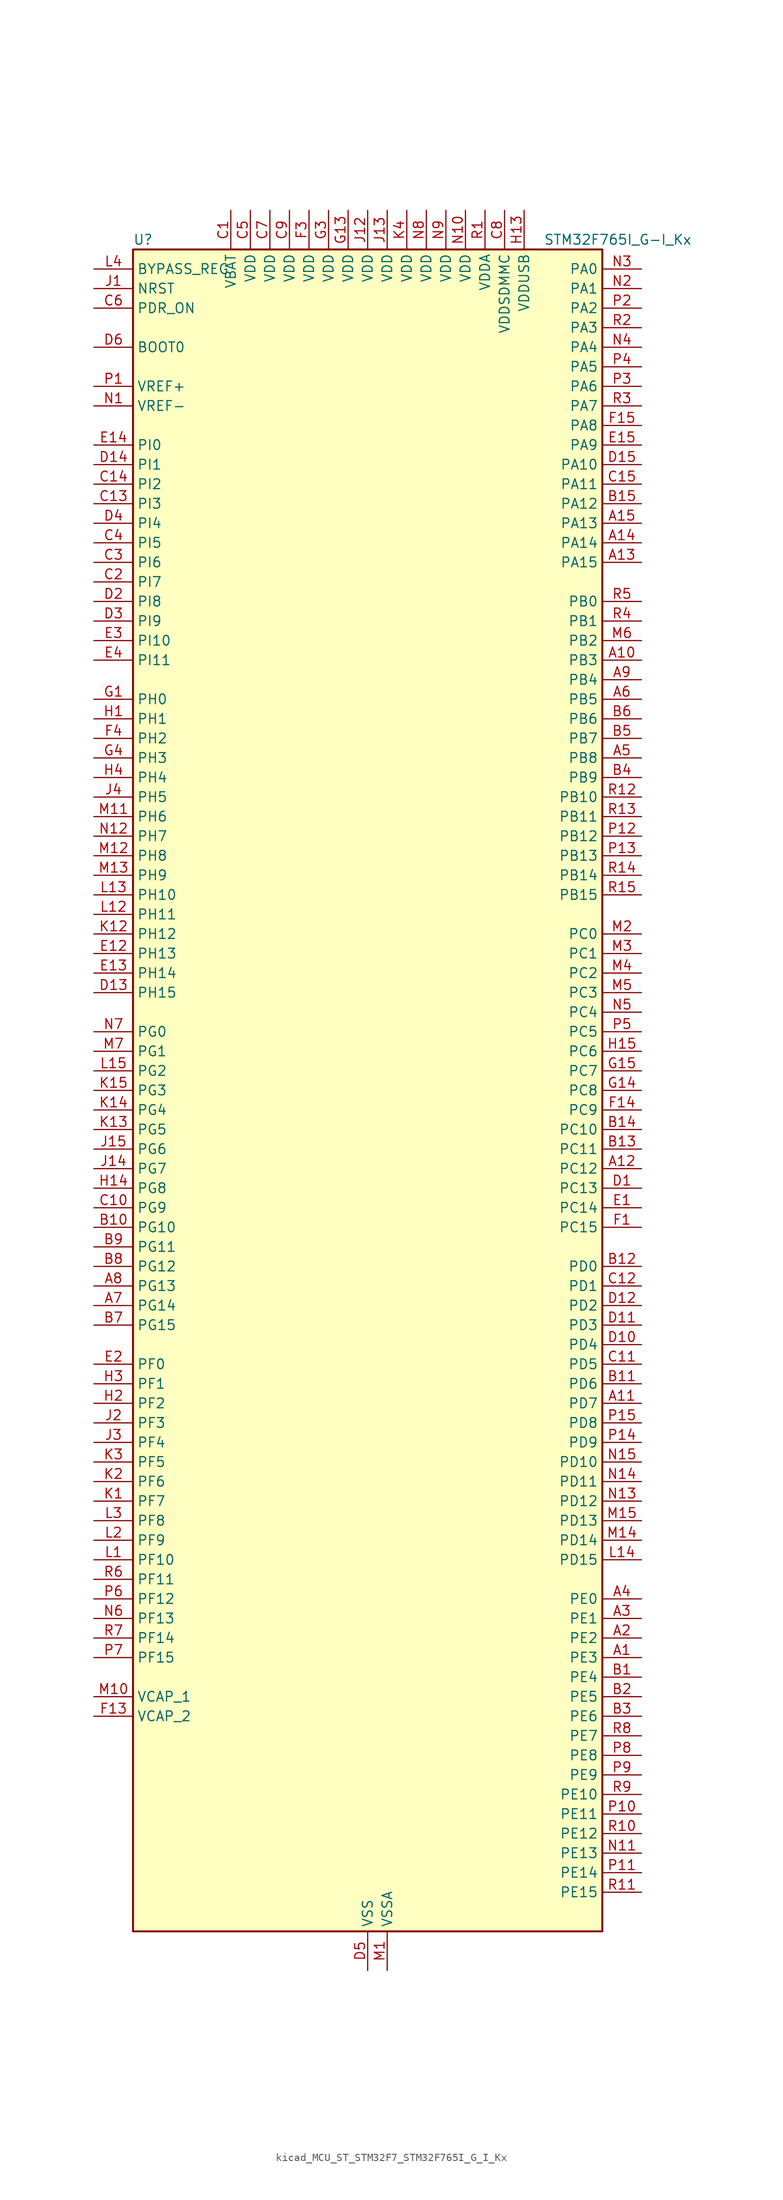
<source format=kicad_sym>
(kicad_symbol_lib
  (version 20220914)
  (generator kicad_symbol_editor)
  (symbol "kicad_MCU_ST_STM32F7_STM32F765I_G_I_Kx"
    (property "Reference" "U"
      (at -30.48 110.49 0)
      (effects (font (size 1.27 1.27)) (justify left)))
    (property "Value" "STM32F765I_G-I_Kx"
      (at 22.86 110.49 0)
      (effects (font (size 1.27 1.27)) (justify left)))
    (property "ki_locked" ""
      (at 0 0 0)
      (effects (font (size 1.27 1.27))))
    (symbol "kicad_MCU_ST_STM32F7_STM32F765I_G_I_Kx_0_1"
      (rectangle (start -30.48 -109.22) (end 30.48 109.22) (stroke (width 0.254) (type default)) (fill (type background))))
    (symbol "kicad_MCU_ST_STM32F7_STM32F765I_G_I_Kx_1_1"
      (pin bidirectional line (at 35.56 -73.66 180) (length 5.08) (name "PE3" (effects (font (size 1.27 1.27)))) (number "A1" (effects (font (size 1.27 1.27)))) (alternate "FMC_A19" bidirectional line) (alternate "SAI1_SD_B" bidirectional line) (alternate "SYS_TRACED0" bidirectional line))
      (pin bidirectional line (at 35.56 55.88 180) (length 5.08) (name "PB3" (effects (font (size 1.27 1.27)))) (number "A10" (effects (font (size 1.27 1.27)))) (alternate "CAN3_RX" bidirectional line) (alternate "I2S1_CK" bidirectional line) (alternate "I2S3_CK" bidirectional line) (alternate "SDMMC2_D2" bidirectional line) (alternate "SPI1_SCK" bidirectional line) (alternate "SPI3_SCK" bidirectional line) (alternate "SPI6_SCK" bidirectional line) (alternate "SYS_JTDO-SWO" bidirectional line) (alternate "TIM2_CH2" bidirectional line) (alternate "UART7_RX" bidirectional line))
      (pin bidirectional line (at 35.56 -40.64 180) (length 5.08) (name "PD7" (effects (font (size 1.27 1.27)))) (number "A11" (effects (font (size 1.27 1.27)))) (alternate "DFSDM1_CKIN1" bidirectional line) (alternate "DFSDM1_DATIN4" bidirectional line) (alternate "FMC_NE1" bidirectional line) (alternate "I2S1_SD" bidirectional line) (alternate "SDMMC2_CMD" bidirectional line) (alternate "SPDIFRX_IN0" bidirectional line) (alternate "SPI1_MOSI" bidirectional line) (alternate "USART2_CK" bidirectional line))
      (pin bidirectional line (at 35.56 -10.16 180) (length 5.08) (name "PC12" (effects (font (size 1.27 1.27)))) (number "A12" (effects (font (size 1.27 1.27)))) (alternate "DCMI_D9" bidirectional line) (alternate "I2S3_SD" bidirectional line) (alternate "SDMMC1_CK" bidirectional line) (alternate "SPI3_MOSI" bidirectional line) (alternate "SYS_TRACED3" bidirectional line) (alternate "UART5_TX" bidirectional line) (alternate "USART3_CK" bidirectional line))
      (pin bidirectional line (at 35.56 68.58 180) (length 5.08) (name "PA15" (effects (font (size 1.27 1.27)))) (number "A13" (effects (font (size 1.27 1.27)))) (alternate "CAN3_TX" bidirectional line) (alternate "CEC" bidirectional line) (alternate "I2S1_WS" bidirectional line) (alternate "I2S3_WS" bidirectional line) (alternate "SPI1_NSS" bidirectional line) (alternate "SPI3_NSS" bidirectional line) (alternate "SPI6_NSS" bidirectional line) (alternate "SYS_JTDI" bidirectional line) (alternate "TIM2_CH1" bidirectional line) (alternate "TIM2_ETR" bidirectional line) (alternate "UART4_DE" bidirectional line) (alternate "UART4_RTS" bidirectional line) (alternate "UART7_TX" bidirectional line))
      (pin bidirectional line (at 35.56 71.12 180) (length 5.08) (name "PA14" (effects (font (size 1.27 1.27)))) (number "A14" (effects (font (size 1.27 1.27)))) (alternate "SYS_JTCK-SWCLK" bidirectional line))
      (pin bidirectional line (at 35.56 73.66 180) (length 5.08) (name "PA13" (effects (font (size 1.27 1.27)))) (number "A15" (effects (font (size 1.27 1.27)))) (alternate "SYS_JTMS-SWDIO" bidirectional line))
      (pin bidirectional line (at 35.56 -71.12 180) (length 5.08) (name "PE2" (effects (font (size 1.27 1.27)))) (number "A2" (effects (font (size 1.27 1.27)))) (alternate "ETH_TXD3" bidirectional line) (alternate "FMC_A23" bidirectional line) (alternate "QUADSPI_BK1_IO2" bidirectional line) (alternate "SAI1_MCLK_A" bidirectional line) (alternate "SPI4_SCK" bidirectional line) (alternate "SYS_TRACECLK" bidirectional line))
      (pin bidirectional line (at 35.56 -68.58 180) (length 5.08) (name "PE1" (effects (font (size 1.27 1.27)))) (number "A3" (effects (font (size 1.27 1.27)))) (alternate "DCMI_D3" bidirectional line) (alternate "FMC_NBL1" bidirectional line) (alternate "LPTIM1_IN2" bidirectional line) (alternate "UART8_TX" bidirectional line))
      (pin bidirectional line (at 35.56 -66.04 180) (length 5.08) (name "PE0" (effects (font (size 1.27 1.27)))) (number "A4" (effects (font (size 1.27 1.27)))) (alternate "DCMI_D2" bidirectional line) (alternate "FMC_NBL0" bidirectional line) (alternate "LPTIM1_ETR" bidirectional line) (alternate "SAI2_MCLK_A" bidirectional line) (alternate "TIM4_ETR" bidirectional line) (alternate "UART8_RX" bidirectional line))
      (pin bidirectional line (at 35.56 43.18 180) (length 5.08) (name "PB8" (effects (font (size 1.27 1.27)))) (number "A5" (effects (font (size 1.27 1.27)))) (alternate "CAN1_RX" bidirectional line) (alternate "DCMI_D6" bidirectional line) (alternate "DFSDM1_CKIN7" bidirectional line) (alternate "ETH_TXD3" bidirectional line) (alternate "I2C1_SCL" bidirectional line) (alternate "I2C4_SCL" bidirectional line) (alternate "SDMMC1_D4" bidirectional line) (alternate "SDMMC2_D4" bidirectional line) (alternate "TIM10_CH1" bidirectional line) (alternate "TIM4_CH3" bidirectional line) (alternate "UART5_RX" bidirectional line))
      (pin bidirectional line (at 35.56 50.8 180) (length 5.08) (name "PB5" (effects (font (size 1.27 1.27)))) (number "A6" (effects (font (size 1.27 1.27)))) (alternate "CAN2_RX" bidirectional line) (alternate "DCMI_D10" bidirectional line) (alternate "ETH_PPS_OUT" bidirectional line) (alternate "FMC_SDCKE1" bidirectional line) (alternate "I2C1_SMBA" bidirectional line) (alternate "I2S1_SD" bidirectional line) (alternate "I2S3_SD" bidirectional line) (alternate "SPI1_MOSI" bidirectional line) (alternate "SPI3_MOSI" bidirectional line) (alternate "SPI6_MOSI" bidirectional line) (alternate "TIM3_CH2" bidirectional line) (alternate "UART5_RX" bidirectional line) (alternate "USB_OTG_HS_ULPI_D7" bidirectional line))
      (pin bidirectional line (at -35.56 -27.94 0) (length 5.08) (name "PG14" (effects (font (size 1.27 1.27)))) (number "A7" (effects (font (size 1.27 1.27)))) (alternate "ETH_TXD1" bidirectional line) (alternate "FMC_A25" bidirectional line) (alternate "LPTIM1_ETR" bidirectional line) (alternate "QUADSPI_BK2_IO3" bidirectional line) (alternate "SPI6_MOSI" bidirectional line) (alternate "SYS_TRACED1" bidirectional line) (alternate "USART6_TX" bidirectional line))
      (pin bidirectional line (at -35.56 -25.4 0) (length 5.08) (name "PG13" (effects (font (size 1.27 1.27)))) (number "A8" (effects (font (size 1.27 1.27)))) (alternate "ETH_TXD0" bidirectional line) (alternate "FMC_A24" bidirectional line) (alternate "LPTIM1_OUT" bidirectional line) (alternate "SPI6_SCK" bidirectional line) (alternate "SYS_TRACED0" bidirectional line) (alternate "USART6_CTS" bidirectional line))
      (pin bidirectional line (at 35.56 53.34 180) (length 5.08) (name "PB4" (effects (font (size 1.27 1.27)))) (number "A9" (effects (font (size 1.27 1.27)))) (alternate "CAN3_TX" bidirectional line) (alternate "I2S2_WS" bidirectional line) (alternate "SDMMC2_D3" bidirectional line) (alternate "SPI1_MISO" bidirectional line) (alternate "SPI2_NSS" bidirectional line) (alternate "SPI3_MISO" bidirectional line) (alternate "SPI6_MISO" bidirectional line) (alternate "SYS_JTRST" bidirectional line) (alternate "TIM3_CH1" bidirectional line) (alternate "UART7_TX" bidirectional line))
      (pin bidirectional line (at 35.56 -76.2 180) (length 5.08) (name "PE4" (effects (font (size 1.27 1.27)))) (number "B1" (effects (font (size 1.27 1.27)))) (alternate "DCMI_D4" bidirectional line) (alternate "DFSDM1_DATIN3" bidirectional line) (alternate "FMC_A20" bidirectional line) (alternate "SAI1_FS_A" bidirectional line) (alternate "SPI4_NSS" bidirectional line) (alternate "SYS_TRACED1" bidirectional line))
      (pin bidirectional line (at -35.56 -17.78 0) (length 5.08) (name "PG10" (effects (font (size 1.27 1.27)))) (number "B10" (effects (font (size 1.27 1.27)))) (alternate "DCMI_D2" bidirectional line) (alternate "FMC_NE3" bidirectional line) (alternate "I2S1_WS" bidirectional line) (alternate "SAI2_SD_B" bidirectional line) (alternate "SDMMC2_D1" bidirectional line) (alternate "SPI1_NSS" bidirectional line))
      (pin bidirectional line (at 35.56 -38.1 180) (length 5.08) (name "PD6" (effects (font (size 1.27 1.27)))) (number "B11" (effects (font (size 1.27 1.27)))) (alternate "DCMI_D10" bidirectional line) (alternate "DFSDM1_CKIN4" bidirectional line) (alternate "DFSDM1_DATIN1" bidirectional line) (alternate "FMC_NWAIT" bidirectional line) (alternate "I2S3_SD" bidirectional line) (alternate "SAI1_SD_A" bidirectional line) (alternate "SDMMC2_CK" bidirectional line) (alternate "SPI3_MOSI" bidirectional line) (alternate "USART2_RX" bidirectional line))
      (pin bidirectional line (at 35.56 -22.86 180) (length 5.08) (name "PD0" (effects (font (size 1.27 1.27)))) (number "B12" (effects (font (size 1.27 1.27)))) (alternate "CAN1_RX" bidirectional line) (alternate "DFSDM1_CKIN6" bidirectional line) (alternate "DFSDM1_DATIN7" bidirectional line) (alternate "FMC_D2" bidirectional line) (alternate "FMC_DA2" bidirectional line) (alternate "UART4_RX" bidirectional line))
      (pin bidirectional line (at 35.56 -7.62 180) (length 5.08) (name "PC11" (effects (font (size 1.27 1.27)))) (number "B13" (effects (font (size 1.27 1.27)))) (alternate "ADC1_EXTI11" bidirectional line) (alternate "ADC2_EXTI11" bidirectional line) (alternate "ADC3_EXTI11" bidirectional line) (alternate "DCMI_D4" bidirectional line) (alternate "DFSDM1_DATIN5" bidirectional line) (alternate "QUADSPI_BK2_NCS" bidirectional line) (alternate "SDMMC1_D3" bidirectional line) (alternate "SPI3_MISO" bidirectional line) (alternate "UART4_RX" bidirectional line) (alternate "USART3_RX" bidirectional line))
      (pin bidirectional line (at 35.56 -5.08 180) (length 5.08) (name "PC10" (effects (font (size 1.27 1.27)))) (number "B14" (effects (font (size 1.27 1.27)))) (alternate "DCMI_D8" bidirectional line) (alternate "DFSDM1_CKIN5" bidirectional line) (alternate "I2S3_CK" bidirectional line) (alternate "QUADSPI_BK1_IO1" bidirectional line) (alternate "SDMMC1_D2" bidirectional line) (alternate "SPI3_SCK" bidirectional line) (alternate "UART4_TX" bidirectional line) (alternate "USART3_TX" bidirectional line))
      (pin bidirectional line (at 35.56 76.2 180) (length 5.08) (name "PA12" (effects (font (size 1.27 1.27)))) (number "B15" (effects (font (size 1.27 1.27)))) (alternate "CAN1_TX" bidirectional line) (alternate "I2S2_CK" bidirectional line) (alternate "SAI2_FS_B" bidirectional line) (alternate "SPI2_SCK" bidirectional line) (alternate "TIM1_ETR" bidirectional line) (alternate "UART4_TX" bidirectional line) (alternate "USART1_DE" bidirectional line) (alternate "USART1_RTS" bidirectional line) (alternate "USB_OTG_FS_DP" bidirectional line))
      (pin bidirectional line (at 35.56 -78.74 180) (length 5.08) (name "PE5" (effects (font (size 1.27 1.27)))) (number "B2" (effects (font (size 1.27 1.27)))) (alternate "DCMI_D6" bidirectional line) (alternate "DFSDM1_CKIN3" bidirectional line) (alternate "FMC_A21" bidirectional line) (alternate "SAI1_SCK_A" bidirectional line) (alternate "SPI4_MISO" bidirectional line) (alternate "SYS_TRACED2" bidirectional line) (alternate "TIM9_CH1" bidirectional line))
      (pin bidirectional line (at 35.56 -81.28 180) (length 5.08) (name "PE6" (effects (font (size 1.27 1.27)))) (number "B3" (effects (font (size 1.27 1.27)))) (alternate "DCMI_D7" bidirectional line) (alternate "FMC_A22" bidirectional line) (alternate "SAI1_SD_A" bidirectional line) (alternate "SAI2_MCLK_B" bidirectional line) (alternate "SPI4_MOSI" bidirectional line) (alternate "SYS_TRACED3" bidirectional line) (alternate "TIM1_BKIN2" bidirectional line) (alternate "TIM9_CH2" bidirectional line))
      (pin bidirectional line (at 35.56 40.64 180) (length 5.08) (name "PB9" (effects (font (size 1.27 1.27)))) (number "B4" (effects (font (size 1.27 1.27)))) (alternate "CAN1_TX" bidirectional line) (alternate "DAC_EXTI9" bidirectional line) (alternate "DCMI_D7" bidirectional line) (alternate "DFSDM1_DATIN7" bidirectional line) (alternate "I2C1_SDA" bidirectional line) (alternate "I2C4_SDA" bidirectional line) (alternate "I2C4_SMBA" bidirectional line) (alternate "I2S2_WS" bidirectional line) (alternate "SDMMC1_D5" bidirectional line) (alternate "SDMMC2_D5" bidirectional line) (alternate "SPI2_NSS" bidirectional line) (alternate "TIM11_CH1" bidirectional line) (alternate "TIM4_CH4" bidirectional line) (alternate "UART5_TX" bidirectional line))
      (pin bidirectional line (at 35.56 45.72 180) (length 5.08) (name "PB7" (effects (font (size 1.27 1.27)))) (number "B5" (effects (font (size 1.27 1.27)))) (alternate "DCMI_VSYNC" bidirectional line) (alternate "DFSDM1_CKIN5" bidirectional line) (alternate "FMC_NL" bidirectional line) (alternate "I2C1_SDA" bidirectional line) (alternate "I2C4_SDA" bidirectional line) (alternate "TIM4_CH2" bidirectional line) (alternate "USART1_RX" bidirectional line))
      (pin bidirectional line (at 35.56 48.26 180) (length 5.08) (name "PB6" (effects (font (size 1.27 1.27)))) (number "B6" (effects (font (size 1.27 1.27)))) (alternate "CAN2_TX" bidirectional line) (alternate "CEC" bidirectional line) (alternate "DCMI_D5" bidirectional line) (alternate "DFSDM1_DATIN5" bidirectional line) (alternate "FMC_SDNE1" bidirectional line) (alternate "I2C1_SCL" bidirectional line) (alternate "I2C4_SCL" bidirectional line) (alternate "QUADSPI_BK1_NCS" bidirectional line) (alternate "TIM4_CH1" bidirectional line) (alternate "UART5_TX" bidirectional line) (alternate "USART1_TX" bidirectional line))
      (pin bidirectional line (at -35.56 -30.48 0) (length 5.08) (name "PG15" (effects (font (size 1.27 1.27)))) (number "B7" (effects (font (size 1.27 1.27)))) (alternate "DCMI_D13" bidirectional line) (alternate "FMC_SDNCAS" bidirectional line) (alternate "USART6_CTS" bidirectional line))
      (pin bidirectional line (at -35.56 -22.86 0) (length 5.08) (name "PG12" (effects (font (size 1.27 1.27)))) (number "B8" (effects (font (size 1.27 1.27)))) (alternate "FMC_NE4" bidirectional line) (alternate "LPTIM1_IN1" bidirectional line) (alternate "SDMMC2_D3" bidirectional line) (alternate "SPDIFRX_IN1" bidirectional line) (alternate "SPI6_MISO" bidirectional line) (alternate "USART6_DE" bidirectional line) (alternate "USART6_RTS" bidirectional line))
      (pin bidirectional line (at -35.56 -20.32 0) (length 5.08) (name "PG11" (effects (font (size 1.27 1.27)))) (number "B9" (effects (font (size 1.27 1.27)))) (alternate "ADC1_EXTI11" bidirectional line) (alternate "ADC2_EXTI11" bidirectional line) (alternate "ADC3_EXTI11" bidirectional line) (alternate "DCMI_D3" bidirectional line) (alternate "ETH_TX_EN" bidirectional line) (alternate "I2S1_CK" bidirectional line) (alternate "SDMMC2_D2" bidirectional line) (alternate "SPDIFRX_IN0" bidirectional line) (alternate "SPI1_SCK" bidirectional line))
      (pin power_in line (at -17.78 114.3 270) (length 5.08) (name "VBAT" (effects (font (size 1.27 1.27)))) (number "C1" (effects (font (size 1.27 1.27)))))
      (pin bidirectional line (at -35.56 -15.24 0) (length 5.08) (name "PG9" (effects (font (size 1.27 1.27)))) (number "C10" (effects (font (size 1.27 1.27)))) (alternate "DAC_EXTI9" bidirectional line) (alternate "DCMI_VSYNC" bidirectional line) (alternate "FMC_NCE" bidirectional line) (alternate "FMC_NE2" bidirectional line) (alternate "QUADSPI_BK2_IO2" bidirectional line) (alternate "SAI2_FS_B" bidirectional line) (alternate "SDMMC2_D0" bidirectional line) (alternate "SPDIFRX_IN3" bidirectional line) (alternate "SPI1_MISO" bidirectional line) (alternate "USART6_RX" bidirectional line))
      (pin bidirectional line (at 35.56 -35.56 180) (length 5.08) (name "PD5" (effects (font (size 1.27 1.27)))) (number "C11" (effects (font (size 1.27 1.27)))) (alternate "FMC_NWE" bidirectional line) (alternate "USART2_TX" bidirectional line))
      (pin bidirectional line (at 35.56 -25.4 180) (length 5.08) (name "PD1" (effects (font (size 1.27 1.27)))) (number "C12" (effects (font (size 1.27 1.27)))) (alternate "CAN1_TX" bidirectional line) (alternate "DFSDM1_CKIN7" bidirectional line) (alternate "DFSDM1_DATIN6" bidirectional line) (alternate "FMC_D3" bidirectional line) (alternate "FMC_DA3" bidirectional line) (alternate "UART4_TX" bidirectional line))
      (pin bidirectional line (at -35.56 76.2 0) (length 5.08) (name "PI3" (effects (font (size 1.27 1.27)))) (number "C13" (effects (font (size 1.27 1.27)))) (alternate "DCMI_D10" bidirectional line) (alternate "FMC_D27" bidirectional line) (alternate "I2S2_SD" bidirectional line) (alternate "SPI2_MOSI" bidirectional line) (alternate "TIM8_ETR" bidirectional line))
      (pin bidirectional line (at -35.56 78.74 0) (length 5.08) (name "PI2" (effects (font (size 1.27 1.27)))) (number "C14" (effects (font (size 1.27 1.27)))) (alternate "DCMI_D9" bidirectional line) (alternate "FMC_D26" bidirectional line) (alternate "SPI2_MISO" bidirectional line) (alternate "TIM8_CH4" bidirectional line))
      (pin bidirectional line (at 35.56 78.74 180) (length 5.08) (name "PA11" (effects (font (size 1.27 1.27)))) (number "C15" (effects (font (size 1.27 1.27)))) (alternate "ADC1_EXTI11" bidirectional line) (alternate "ADC2_EXTI11" bidirectional line) (alternate "ADC3_EXTI11" bidirectional line) (alternate "CAN1_RX" bidirectional line) (alternate "I2S2_WS" bidirectional line) (alternate "SPI2_NSS" bidirectional line) (alternate "TIM1_CH4" bidirectional line) (alternate "UART4_RX" bidirectional line) (alternate "USART1_CTS" bidirectional line) (alternate "USB_OTG_FS_DM" bidirectional line))
      (pin bidirectional line (at -35.56 66.04 0) (length 5.08) (name "PI7" (effects (font (size 1.27 1.27)))) (number "C2" (effects (font (size 1.27 1.27)))) (alternate "DCMI_D7" bidirectional line) (alternate "FMC_D29" bidirectional line) (alternate "SAI2_FS_A" bidirectional line) (alternate "TIM8_CH3" bidirectional line))
      (pin bidirectional line (at -35.56 68.58 0) (length 5.08) (name "PI6" (effects (font (size 1.27 1.27)))) (number "C3" (effects (font (size 1.27 1.27)))) (alternate "DCMI_D6" bidirectional line) (alternate "FMC_D28" bidirectional line) (alternate "SAI2_SD_A" bidirectional line) (alternate "TIM8_CH2" bidirectional line))
      (pin bidirectional line (at -35.56 71.12 0) (length 5.08) (name "PI5" (effects (font (size 1.27 1.27)))) (number "C4" (effects (font (size 1.27 1.27)))) (alternate "DCMI_VSYNC" bidirectional line) (alternate "FMC_NBL3" bidirectional line) (alternate "SAI2_SCK_A" bidirectional line) (alternate "TIM8_CH1" bidirectional line))
      (pin power_in line (at -15.24 114.3 270) (length 5.08) (name "VDD" (effects (font (size 1.27 1.27)))) (number "C5" (effects (font (size 1.27 1.27)))))
      (pin input line (at -35.56 101.6 0) (length 5.08) (name "PDR_ON" (effects (font (size 1.27 1.27)))) (number "C6" (effects (font (size 1.27 1.27)))))
      (pin power_in line (at -12.7 114.3 270) (length 5.08) (name "VDD" (effects (font (size 1.27 1.27)))) (number "C7" (effects (font (size 1.27 1.27)))))
      (pin power_in line (at 17.78 114.3 270) (length 5.08) (name "VDDSDMMC" (effects (font (size 1.27 1.27)))) (number "C8" (effects (font (size 1.27 1.27)))))
      (pin power_in line (at -10.16 114.3 270) (length 5.08) (name "VDD" (effects (font (size 1.27 1.27)))) (number "C9" (effects (font (size 1.27 1.27)))))
      (pin bidirectional line (at 35.56 -12.7 180) (length 5.08) (name "PC13" (effects (font (size 1.27 1.27)))) (number "D1" (effects (font (size 1.27 1.27)))) (alternate "RTC_OUT" bidirectional line) (alternate "RTC_TAMP1" bidirectional line) (alternate "RTC_TS" bidirectional line) (alternate "SYS_WKUP4" bidirectional line))
      (pin bidirectional line (at 35.56 -33.02 180) (length 5.08) (name "PD4" (effects (font (size 1.27 1.27)))) (number "D10" (effects (font (size 1.27 1.27)))) (alternate "DFSDM1_CKIN0" bidirectional line) (alternate "FMC_NOE" bidirectional line) (alternate "USART2_DE" bidirectional line) (alternate "USART2_RTS" bidirectional line))
      (pin bidirectional line (at 35.56 -30.48 180) (length 5.08) (name "PD3" (effects (font (size 1.27 1.27)))) (number "D11" (effects (font (size 1.27 1.27)))) (alternate "DCMI_D5" bidirectional line) (alternate "DFSDM1_CKOUT" bidirectional line) (alternate "DFSDM1_DATIN0" bidirectional line) (alternate "FMC_CLK" bidirectional line) (alternate "I2S2_CK" bidirectional line) (alternate "SPI2_SCK" bidirectional line) (alternate "USART2_CTS" bidirectional line))
      (pin bidirectional line (at 35.56 -27.94 180) (length 5.08) (name "PD2" (effects (font (size 1.27 1.27)))) (number "D12" (effects (font (size 1.27 1.27)))) (alternate "DCMI_D11" bidirectional line) (alternate "SDMMC1_CMD" bidirectional line) (alternate "SYS_TRACED2" bidirectional line) (alternate "TIM3_ETR" bidirectional line) (alternate "UART5_RX" bidirectional line))
      (pin bidirectional line (at -35.56 12.7 0) (length 5.08) (name "PH15" (effects (font (size 1.27 1.27)))) (number "D13" (effects (font (size 1.27 1.27)))) (alternate "DCMI_D11" bidirectional line) (alternate "FMC_D23" bidirectional line) (alternate "TIM8_CH3N" bidirectional line))
      (pin bidirectional line (at -35.56 81.28 0) (length 5.08) (name "PI1" (effects (font (size 1.27 1.27)))) (number "D14" (effects (font (size 1.27 1.27)))) (alternate "DCMI_D8" bidirectional line) (alternate "FMC_D25" bidirectional line) (alternate "I2S2_CK" bidirectional line) (alternate "SPI2_SCK" bidirectional line) (alternate "TIM8_BKIN2" bidirectional line))
      (pin bidirectional line (at 35.56 81.28 180) (length 5.08) (name "PA10" (effects (font (size 1.27 1.27)))) (number "D15" (effects (font (size 1.27 1.27)))) (alternate "DCMI_D1" bidirectional line) (alternate "MDIOS_MDIO" bidirectional line) (alternate "TIM1_CH3" bidirectional line) (alternate "USART1_RX" bidirectional line) (alternate "USB_OTG_FS_ID" bidirectional line))
      (pin bidirectional line (at -35.56 63.5 0) (length 5.08) (name "PI8" (effects (font (size 1.27 1.27)))) (number "D2" (effects (font (size 1.27 1.27)))) (alternate "RTC_TAMP2" bidirectional line) (alternate "RTC_TS" bidirectional line) (alternate "SYS_WKUP5" bidirectional line))
      (pin bidirectional line (at -35.56 60.96 0) (length 5.08) (name "PI9" (effects (font (size 1.27 1.27)))) (number "D3" (effects (font (size 1.27 1.27)))) (alternate "CAN1_RX" bidirectional line) (alternate "DAC_EXTI9" bidirectional line) (alternate "FMC_D30" bidirectional line) (alternate "UART4_RX" bidirectional line))
      (pin bidirectional line (at -35.56 73.66 0) (length 5.08) (name "PI4" (effects (font (size 1.27 1.27)))) (number "D4" (effects (font (size 1.27 1.27)))) (alternate "DCMI_D5" bidirectional line) (alternate "FMC_NBL2" bidirectional line) (alternate "SAI2_MCLK_A" bidirectional line) (alternate "TIM8_BKIN" bidirectional line))
      (pin power_in line (at 0 -114.3 90) (length 5.08) (name "VSS" (effects (font (size 1.27 1.27)))) (number "D5" (effects (font (size 1.27 1.27)))))
      (pin input line (at -35.56 96.52 0) (length 5.08) (name "BOOT0" (effects (font (size 1.27 1.27)))) (number "D6" (effects (font (size 1.27 1.27)))))
      (pin passive line (at 0 -114.3 90) (length 5.08) hide (name "VSS" (effects (font (size 1.27 1.27)))) (number "D7" (effects (font (size 1.27 1.27)))))
      (pin passive line (at 0 -114.3 90) (length 5.08) hide (name "VSS" (effects (font (size 1.27 1.27)))) (number "D8" (effects (font (size 1.27 1.27)))))
      (pin passive line (at 0 -114.3 90) (length 5.08) hide (name "VSS" (effects (font (size 1.27 1.27)))) (number "D9" (effects (font (size 1.27 1.27)))))
      (pin bidirectional line (at 35.56 -15.24 180) (length 5.08) (name "PC14" (effects (font (size 1.27 1.27)))) (number "E1" (effects (font (size 1.27 1.27)))) (alternate "RCC_OSC32_IN" bidirectional line))
      (pin bidirectional line (at -35.56 17.78 0) (length 5.08) (name "PH13" (effects (font (size 1.27 1.27)))) (number "E12" (effects (font (size 1.27 1.27)))) (alternate "CAN1_TX" bidirectional line) (alternate "FMC_D21" bidirectional line) (alternate "TIM8_CH1N" bidirectional line) (alternate "UART4_TX" bidirectional line))
      (pin bidirectional line (at -35.56 15.24 0) (length 5.08) (name "PH14" (effects (font (size 1.27 1.27)))) (number "E13" (effects (font (size 1.27 1.27)))) (alternate "CAN1_RX" bidirectional line) (alternate "DCMI_D4" bidirectional line) (alternate "FMC_D22" bidirectional line) (alternate "TIM8_CH2N" bidirectional line) (alternate "UART4_RX" bidirectional line))
      (pin bidirectional line (at -35.56 83.82 0) (length 5.08) (name "PI0" (effects (font (size 1.27 1.27)))) (number "E14" (effects (font (size 1.27 1.27)))) (alternate "DCMI_D13" bidirectional line) (alternate "FMC_D24" bidirectional line) (alternate "I2S2_WS" bidirectional line) (alternate "SPI2_NSS" bidirectional line) (alternate "TIM5_CH4" bidirectional line))
      (pin bidirectional line (at 35.56 83.82 180) (length 5.08) (name "PA9" (effects (font (size 1.27 1.27)))) (number "E15" (effects (font (size 1.27 1.27)))) (alternate "DAC_EXTI9" bidirectional line) (alternate "DCMI_D0" bidirectional line) (alternate "I2C3_SMBA" bidirectional line) (alternate "I2S2_CK" bidirectional line) (alternate "SPI2_SCK" bidirectional line) (alternate "TIM1_CH2" bidirectional line) (alternate "USART1_TX" bidirectional line) (alternate "USB_OTG_FS_VBUS" bidirectional line))
      (pin bidirectional line (at -35.56 -35.56 0) (length 5.08) (name "PF0" (effects (font (size 1.27 1.27)))) (number "E2" (effects (font (size 1.27 1.27)))) (alternate "FMC_A0" bidirectional line) (alternate "I2C2_SDA" bidirectional line))
      (pin bidirectional line (at -35.56 58.42 0) (length 5.08) (name "PI10" (effects (font (size 1.27 1.27)))) (number "E3" (effects (font (size 1.27 1.27)))) (alternate "ETH_RX_ER" bidirectional line) (alternate "FMC_D31" bidirectional line))
      (pin bidirectional line (at -35.56 55.88 0) (length 5.08) (name "PI11" (effects (font (size 1.27 1.27)))) (number "E4" (effects (font (size 1.27 1.27)))) (alternate "ADC1_EXTI11" bidirectional line) (alternate "ADC2_EXTI11" bidirectional line) (alternate "ADC3_EXTI11" bidirectional line) (alternate "SYS_WKUP6" bidirectional line) (alternate "USB_OTG_HS_ULPI_DIR" bidirectional line))
      (pin bidirectional line (at 35.56 -17.78 180) (length 5.08) (name "PC15" (effects (font (size 1.27 1.27)))) (number "F1" (effects (font (size 1.27 1.27)))) (alternate "RCC_OSC32_OUT" bidirectional line))
      (pin passive line (at 0 -114.3 90) (length 5.08) hide (name "VSS" (effects (font (size 1.27 1.27)))) (number "F10" (effects (font (size 1.27 1.27)))))
      (pin passive line (at 0 -114.3 90) (length 5.08) hide (name "VSS" (effects (font (size 1.27 1.27)))) (number "F12" (effects (font (size 1.27 1.27)))))
      (pin power_out line (at -35.56 -81.28 0) (length 5.08) (name "VCAP_2" (effects (font (size 1.27 1.27)))) (number "F13" (effects (font (size 1.27 1.27)))))
      (pin bidirectional line (at 35.56 -2.54 180) (length 5.08) (name "PC9" (effects (font (size 1.27 1.27)))) (number "F14" (effects (font (size 1.27 1.27)))) (alternate "DAC_EXTI9" bidirectional line) (alternate "DCMI_D3" bidirectional line) (alternate "I2C3_SDA" bidirectional line) (alternate "I2S_CKIN" bidirectional line) (alternate "QUADSPI_BK1_IO0" bidirectional line) (alternate "RCC_MCO_2" bidirectional line) (alternate "SDMMC1_D1" bidirectional line) (alternate "TIM3_CH4" bidirectional line) (alternate "TIM8_CH4" bidirectional line) (alternate "UART5_CTS" bidirectional line))
      (pin bidirectional line (at 35.56 86.36 180) (length 5.08) (name "PA8" (effects (font (size 1.27 1.27)))) (number "F15" (effects (font (size 1.27 1.27)))) (alternate "CAN3_RX" bidirectional line) (alternate "I2C3_SCL" bidirectional line) (alternate "RCC_MCO_1" bidirectional line) (alternate "TIM1_CH1" bidirectional line) (alternate "TIM8_BKIN2" bidirectional line) (alternate "UART7_RX" bidirectional line) (alternate "USART1_CK" bidirectional line) (alternate "USB_OTG_FS_SOF" bidirectional line))
      (pin passive line (at 0 -114.3 90) (length 5.08) hide (name "VSS" (effects (font (size 1.27 1.27)))) (number "F2" (effects (font (size 1.27 1.27)))))
      (pin power_in line (at -7.62 114.3 270) (length 5.08) (name "VDD" (effects (font (size 1.27 1.27)))) (number "F3" (effects (font (size 1.27 1.27)))))
      (pin bidirectional line (at -35.56 45.72 0) (length 5.08) (name "PH2" (effects (font (size 1.27 1.27)))) (number "F4" (effects (font (size 1.27 1.27)))) (alternate "ETH_CRS" bidirectional line) (alternate "FMC_SDCKE0" bidirectional line) (alternate "LPTIM1_IN2" bidirectional line) (alternate "QUADSPI_BK2_IO0" bidirectional line) (alternate "SAI2_SCK_B" bidirectional line))
      (pin passive line (at 0 -114.3 90) (length 5.08) hide (name "VSS" (effects (font (size 1.27 1.27)))) (number "F6" (effects (font (size 1.27 1.27)))))
      (pin passive line (at 0 -114.3 90) (length 5.08) hide (name "VSS" (effects (font (size 1.27 1.27)))) (number "F7" (effects (font (size 1.27 1.27)))))
      (pin passive line (at 0 -114.3 90) (length 5.08) hide (name "VSS" (effects (font (size 1.27 1.27)))) (number "F8" (effects (font (size 1.27 1.27)))))
      (pin passive line (at 0 -114.3 90) (length 5.08) hide (name "VSS" (effects (font (size 1.27 1.27)))) (number "F9" (effects (font (size 1.27 1.27)))))
      (pin bidirectional line (at -35.56 50.8 0) (length 5.08) (name "PH0" (effects (font (size 1.27 1.27)))) (number "G1" (effects (font (size 1.27 1.27)))) (alternate "RCC_OSC_IN" bidirectional line))
      (pin passive line (at 0 -114.3 90) (length 5.08) hide (name "VSS" (effects (font (size 1.27 1.27)))) (number "G10" (effects (font (size 1.27 1.27)))))
      (pin passive line (at 0 -114.3 90) (length 5.08) hide (name "VSS" (effects (font (size 1.27 1.27)))) (number "G12" (effects (font (size 1.27 1.27)))))
      (pin power_in line (at -2.54 114.3 270) (length 5.08) (name "VDD" (effects (font (size 1.27 1.27)))) (number "G13" (effects (font (size 1.27 1.27)))))
      (pin bidirectional line (at 35.56 0 180) (length 5.08) (name "PC8" (effects (font (size 1.27 1.27)))) (number "G14" (effects (font (size 1.27 1.27)))) (alternate "DCMI_D2" bidirectional line) (alternate "FMC_NCE" bidirectional line) (alternate "FMC_NE2" bidirectional line) (alternate "SDMMC1_D0" bidirectional line) (alternate "SYS_TRACED1" bidirectional line) (alternate "TIM3_CH3" bidirectional line) (alternate "TIM8_CH3" bidirectional line) (alternate "UART5_DE" bidirectional line) (alternate "UART5_RTS" bidirectional line) (alternate "USART6_CK" bidirectional line))
      (pin bidirectional line (at 35.56 2.54 180) (length 5.08) (name "PC7" (effects (font (size 1.27 1.27)))) (number "G15" (effects (font (size 1.27 1.27)))) (alternate "DCMI_D1" bidirectional line) (alternate "DFSDM1_DATIN3" bidirectional line) (alternate "FMC_NE1" bidirectional line) (alternate "I2S3_MCK" bidirectional line) (alternate "SDMMC1_D7" bidirectional line) (alternate "SDMMC2_D7" bidirectional line) (alternate "TIM3_CH2" bidirectional line) (alternate "TIM8_CH2" bidirectional line) (alternate "USART6_RX" bidirectional line))
      (pin passive line (at 0 -114.3 90) (length 5.08) hide (name "VSS" (effects (font (size 1.27 1.27)))) (number "G2" (effects (font (size 1.27 1.27)))))
      (pin power_in line (at -5.08 114.3 270) (length 5.08) (name "VDD" (effects (font (size 1.27 1.27)))) (number "G3" (effects (font (size 1.27 1.27)))))
      (pin bidirectional line (at -35.56 43.18 0) (length 5.08) (name "PH3" (effects (font (size 1.27 1.27)))) (number "G4" (effects (font (size 1.27 1.27)))) (alternate "ETH_COL" bidirectional line) (alternate "FMC_SDNE0" bidirectional line) (alternate "QUADSPI_BK2_IO1" bidirectional line) (alternate "SAI2_MCLK_B" bidirectional line))
      (pin passive line (at 0 -114.3 90) (length 5.08) hide (name "VSS" (effects (font (size 1.27 1.27)))) (number "G6" (effects (font (size 1.27 1.27)))))
      (pin passive line (at 0 -114.3 90) (length 5.08) hide (name "VSS" (effects (font (size 1.27 1.27)))) (number "G7" (effects (font (size 1.27 1.27)))))
      (pin passive line (at 0 -114.3 90) (length 5.08) hide (name "VSS" (effects (font (size 1.27 1.27)))) (number "G8" (effects (font (size 1.27 1.27)))))
      (pin passive line (at 0 -114.3 90) (length 5.08) hide (name "VSS" (effects (font (size 1.27 1.27)))) (number "G9" (effects (font (size 1.27 1.27)))))
      (pin bidirectional line (at -35.56 48.26 0) (length 5.08) (name "PH1" (effects (font (size 1.27 1.27)))) (number "H1" (effects (font (size 1.27 1.27)))) (alternate "RCC_OSC_OUT" bidirectional line))
      (pin passive line (at 0 -114.3 90) (length 5.08) hide (name "VSS" (effects (font (size 1.27 1.27)))) (number "H10" (effects (font (size 1.27 1.27)))))
      (pin passive line (at 0 -114.3 90) (length 5.08) hide (name "VSS" (effects (font (size 1.27 1.27)))) (number "H12" (effects (font (size 1.27 1.27)))))
      (pin power_in line (at 20.32 114.3 270) (length 5.08) (name "VDDUSB" (effects (font (size 1.27 1.27)))) (number "H13" (effects (font (size 1.27 1.27)))))
      (pin bidirectional line (at -35.56 -12.7 0) (length 5.08) (name "PG8" (effects (font (size 1.27 1.27)))) (number "H14" (effects (font (size 1.27 1.27)))) (alternate "ETH_PPS_OUT" bidirectional line) (alternate "FMC_SDCLK" bidirectional line) (alternate "SPDIFRX_IN2" bidirectional line) (alternate "SPI6_NSS" bidirectional line) (alternate "USART6_DE" bidirectional line) (alternate "USART6_RTS" bidirectional line))
      (pin bidirectional line (at 35.56 5.08 180) (length 5.08) (name "PC6" (effects (font (size 1.27 1.27)))) (number "H15" (effects (font (size 1.27 1.27)))) (alternate "DCMI_D0" bidirectional line) (alternate "DFSDM1_CKIN3" bidirectional line) (alternate "FMC_NWAIT" bidirectional line) (alternate "I2S2_MCK" bidirectional line) (alternate "SDMMC1_D6" bidirectional line) (alternate "SDMMC2_D6" bidirectional line) (alternate "TIM3_CH1" bidirectional line) (alternate "TIM8_CH1" bidirectional line) (alternate "USART6_TX" bidirectional line))
      (pin bidirectional line (at -35.56 -40.64 0) (length 5.08) (name "PF2" (effects (font (size 1.27 1.27)))) (number "H2" (effects (font (size 1.27 1.27)))) (alternate "FMC_A2" bidirectional line) (alternate "I2C2_SMBA" bidirectional line))
      (pin bidirectional line (at -35.56 -38.1 0) (length 5.08) (name "PF1" (effects (font (size 1.27 1.27)))) (number "H3" (effects (font (size 1.27 1.27)))) (alternate "FMC_A1" bidirectional line) (alternate "I2C2_SCL" bidirectional line))
      (pin bidirectional line (at -35.56 40.64 0) (length 5.08) (name "PH4" (effects (font (size 1.27 1.27)))) (number "H4" (effects (font (size 1.27 1.27)))) (alternate "I2C2_SCL" bidirectional line) (alternate "USB_OTG_HS_ULPI_NXT" bidirectional line))
      (pin passive line (at 0 -114.3 90) (length 5.08) hide (name "VSS" (effects (font (size 1.27 1.27)))) (number "H6" (effects (font (size 1.27 1.27)))))
      (pin passive line (at 0 -114.3 90) (length 5.08) hide (name "VSS" (effects (font (size 1.27 1.27)))) (number "H7" (effects (font (size 1.27 1.27)))))
      (pin passive line (at 0 -114.3 90) (length 5.08) hide (name "VSS" (effects (font (size 1.27 1.27)))) (number "H8" (effects (font (size 1.27 1.27)))))
      (pin passive line (at 0 -114.3 90) (length 5.08) hide (name "VSS" (effects (font (size 1.27 1.27)))) (number "H9" (effects (font (size 1.27 1.27)))))
      (pin input line (at -35.56 104.14 0) (length 5.08) (name "NRST" (effects (font (size 1.27 1.27)))) (number "J1" (effects (font (size 1.27 1.27)))))
      (pin passive line (at 0 -114.3 90) (length 5.08) hide (name "VSS" (effects (font (size 1.27 1.27)))) (number "J10" (effects (font (size 1.27 1.27)))))
      (pin power_in line (at 0 114.3 270) (length 5.08) (name "VDD" (effects (font (size 1.27 1.27)))) (number "J12" (effects (font (size 1.27 1.27)))))
      (pin power_in line (at 2.54 114.3 270) (length 5.08) (name "VDD" (effects (font (size 1.27 1.27)))) (number "J13" (effects (font (size 1.27 1.27)))))
      (pin bidirectional line (at -35.56 -10.16 0) (length 5.08) (name "PG7" (effects (font (size 1.27 1.27)))) (number "J14" (effects (font (size 1.27 1.27)))) (alternate "DCMI_D13" bidirectional line) (alternate "FMC_INT" bidirectional line) (alternate "SAI1_MCLK_A" bidirectional line) (alternate "USART6_CK" bidirectional line))
      (pin bidirectional line (at -35.56 -7.62 0) (length 5.08) (name "PG6" (effects (font (size 1.27 1.27)))) (number "J15" (effects (font (size 1.27 1.27)))) (alternate "DCMI_D12" bidirectional line) (alternate "FMC_NE3" bidirectional line))
      (pin bidirectional line (at -35.56 -43.18 0) (length 5.08) (name "PF3" (effects (font (size 1.27 1.27)))) (number "J2" (effects (font (size 1.27 1.27)))) (alternate "ADC3_IN9" bidirectional line) (alternate "FMC_A3" bidirectional line))
      (pin bidirectional line (at -35.56 -45.72 0) (length 5.08) (name "PF4" (effects (font (size 1.27 1.27)))) (number "J3" (effects (font (size 1.27 1.27)))) (alternate "ADC3_IN14" bidirectional line) (alternate "FMC_A4" bidirectional line))
      (pin bidirectional line (at -35.56 38.1 0) (length 5.08) (name "PH5" (effects (font (size 1.27 1.27)))) (number "J4" (effects (font (size 1.27 1.27)))) (alternate "FMC_SDNWE" bidirectional line) (alternate "I2C2_SDA" bidirectional line) (alternate "SPI5_NSS" bidirectional line))
      (pin passive line (at 0 -114.3 90) (length 5.08) hide (name "VSS" (effects (font (size 1.27 1.27)))) (number "J6" (effects (font (size 1.27 1.27)))))
      (pin passive line (at 0 -114.3 90) (length 5.08) hide (name "VSS" (effects (font (size 1.27 1.27)))) (number "J7" (effects (font (size 1.27 1.27)))))
      (pin passive line (at 0 -114.3 90) (length 5.08) hide (name "VSS" (effects (font (size 1.27 1.27)))) (number "J8" (effects (font (size 1.27 1.27)))))
      (pin passive line (at 0 -114.3 90) (length 5.08) hide (name "VSS" (effects (font (size 1.27 1.27)))) (number "J9" (effects (font (size 1.27 1.27)))))
      (pin bidirectional line (at -35.56 -53.34 0) (length 5.08) (name "PF7" (effects (font (size 1.27 1.27)))) (number "K1" (effects (font (size 1.27 1.27)))) (alternate "ADC3_IN5" bidirectional line) (alternate "QUADSPI_BK1_IO2" bidirectional line) (alternate "SAI1_MCLK_B" bidirectional line) (alternate "SPI5_SCK" bidirectional line) (alternate "TIM11_CH1" bidirectional line) (alternate "UART7_TX" bidirectional line))
      (pin passive line (at 0 -114.3 90) (length 5.08) hide (name "VSS" (effects (font (size 1.27 1.27)))) (number "K10" (effects (font (size 1.27 1.27)))))
      (pin bidirectional line (at -35.56 20.32 0) (length 5.08) (name "PH12" (effects (font (size 1.27 1.27)))) (number "K12" (effects (font (size 1.27 1.27)))) (alternate "DCMI_D3" bidirectional line) (alternate "FMC_D20" bidirectional line) (alternate "I2C4_SDA" bidirectional line) (alternate "TIM5_CH3" bidirectional line))
      (pin bidirectional line (at -35.56 -5.08 0) (length 5.08) (name "PG5" (effects (font (size 1.27 1.27)))) (number "K13" (effects (font (size 1.27 1.27)))) (alternate "FMC_A15" bidirectional line) (alternate "FMC_BA1" bidirectional line))
      (pin bidirectional line (at -35.56 -2.54 0) (length 5.08) (name "PG4" (effects (font (size 1.27 1.27)))) (number "K14" (effects (font (size 1.27 1.27)))) (alternate "FMC_A14" bidirectional line) (alternate "FMC_BA0" bidirectional line))
      (pin bidirectional line (at -35.56 0 0) (length 5.08) (name "PG3" (effects (font (size 1.27 1.27)))) (number "K15" (effects (font (size 1.27 1.27)))) (alternate "FMC_A13" bidirectional line))
      (pin bidirectional line (at -35.56 -50.8 0) (length 5.08) (name "PF6" (effects (font (size 1.27 1.27)))) (number "K2" (effects (font (size 1.27 1.27)))) (alternate "ADC3_IN4" bidirectional line) (alternate "QUADSPI_BK1_IO3" bidirectional line) (alternate "SAI1_SD_B" bidirectional line) (alternate "SPI5_NSS" bidirectional line) (alternate "TIM10_CH1" bidirectional line) (alternate "UART7_RX" bidirectional line))
      (pin bidirectional line (at -35.56 -48.26 0) (length 5.08) (name "PF5" (effects (font (size 1.27 1.27)))) (number "K3" (effects (font (size 1.27 1.27)))) (alternate "ADC3_IN15" bidirectional line) (alternate "FMC_A5" bidirectional line))
      (pin power_in line (at 5.08 114.3 270) (length 5.08) (name "VDD" (effects (font (size 1.27 1.27)))) (number "K4" (effects (font (size 1.27 1.27)))))
      (pin passive line (at 0 -114.3 90) (length 5.08) hide (name "VSS" (effects (font (size 1.27 1.27)))) (number "K6" (effects (font (size 1.27 1.27)))))
      (pin passive line (at 0 -114.3 90) (length 5.08) hide (name "VSS" (effects (font (size 1.27 1.27)))) (number "K7" (effects (font (size 1.27 1.27)))))
      (pin passive line (at 0 -114.3 90) (length 5.08) hide (name "VSS" (effects (font (size 1.27 1.27)))) (number "K8" (effects (font (size 1.27 1.27)))))
      (pin passive line (at 0 -114.3 90) (length 5.08) hide (name "VSS" (effects (font (size 1.27 1.27)))) (number "K9" (effects (font (size 1.27 1.27)))))
      (pin bidirectional line (at -35.56 -60.96 0) (length 5.08) (name "PF10" (effects (font (size 1.27 1.27)))) (number "L1" (effects (font (size 1.27 1.27)))) (alternate "ADC3_IN8" bidirectional line) (alternate "DCMI_D11" bidirectional line) (alternate "QUADSPI_CLK" bidirectional line))
      (pin bidirectional line (at -35.56 22.86 0) (length 5.08) (name "PH11" (effects (font (size 1.27 1.27)))) (number "L12" (effects (font (size 1.27 1.27)))) (alternate "ADC1_EXTI11" bidirectional line) (alternate "ADC2_EXTI11" bidirectional line) (alternate "ADC3_EXTI11" bidirectional line) (alternate "DCMI_D2" bidirectional line) (alternate "FMC_D19" bidirectional line) (alternate "I2C4_SCL" bidirectional line) (alternate "TIM5_CH2" bidirectional line))
      (pin bidirectional line (at -35.56 25.4 0) (length 5.08) (name "PH10" (effects (font (size 1.27 1.27)))) (number "L13" (effects (font (size 1.27 1.27)))) (alternate "DCMI_D1" bidirectional line) (alternate "FMC_D18" bidirectional line) (alternate "I2C4_SMBA" bidirectional line) (alternate "TIM5_CH1" bidirectional line))
      (pin bidirectional line (at 35.56 -60.96 180) (length 5.08) (name "PD15" (effects (font (size 1.27 1.27)))) (number "L14" (effects (font (size 1.27 1.27)))) (alternate "FMC_D1" bidirectional line) (alternate "FMC_DA1" bidirectional line) (alternate "TIM4_CH4" bidirectional line) (alternate "UART8_DE" bidirectional line) (alternate "UART8_RTS" bidirectional line))
      (pin bidirectional line (at -35.56 2.54 0) (length 5.08) (name "PG2" (effects (font (size 1.27 1.27)))) (number "L15" (effects (font (size 1.27 1.27)))) (alternate "FMC_A12" bidirectional line))
      (pin bidirectional line (at -35.56 -58.42 0) (length 5.08) (name "PF9" (effects (font (size 1.27 1.27)))) (number "L2" (effects (font (size 1.27 1.27)))) (alternate "ADC3_IN7" bidirectional line) (alternate "DAC_EXTI9" bidirectional line) (alternate "QUADSPI_BK1_IO1" bidirectional line) (alternate "SAI1_FS_B" bidirectional line) (alternate "SPI5_MOSI" bidirectional line) (alternate "TIM14_CH1" bidirectional line) (alternate "UART7_CTS" bidirectional line))
      (pin bidirectional line (at -35.56 -55.88 0) (length 5.08) (name "PF8" (effects (font (size 1.27 1.27)))) (number "L3" (effects (font (size 1.27 1.27)))) (alternate "ADC3_IN6" bidirectional line) (alternate "QUADSPI_BK1_IO0" bidirectional line) (alternate "SAI1_SCK_B" bidirectional line) (alternate "SPI5_MISO" bidirectional line) (alternate "TIM13_CH1" bidirectional line) (alternate "UART7_DE" bidirectional line) (alternate "UART7_RTS" bidirectional line))
      (pin input line (at -35.56 106.68 0) (length 5.08) (name "BYPASS_REG" (effects (font (size 1.27 1.27)))) (number "L4" (effects (font (size 1.27 1.27)))))
      (pin power_in line (at 2.54 -114.3 90) (length 5.08) (name "VSSA" (effects (font (size 1.27 1.27)))) (number "M1" (effects (font (size 1.27 1.27)))))
      (pin power_out line (at -35.56 -78.74 0) (length 5.08) (name "VCAP_1" (effects (font (size 1.27 1.27)))) (number "M10" (effects (font (size 1.27 1.27)))))
      (pin bidirectional line (at -35.56 35.56 0) (length 5.08) (name "PH6" (effects (font (size 1.27 1.27)))) (number "M11" (effects (font (size 1.27 1.27)))) (alternate "DCMI_D8" bidirectional line) (alternate "ETH_RXD2" bidirectional line) (alternate "FMC_SDNE1" bidirectional line) (alternate "I2C2_SMBA" bidirectional line) (alternate "SPI5_SCK" bidirectional line) (alternate "TIM12_CH1" bidirectional line))
      (pin bidirectional line (at -35.56 30.48 0) (length 5.08) (name "PH8" (effects (font (size 1.27 1.27)))) (number "M12" (effects (font (size 1.27 1.27)))) (alternate "DCMI_HSYNC" bidirectional line) (alternate "FMC_D16" bidirectional line) (alternate "I2C3_SDA" bidirectional line))
      (pin bidirectional line (at -35.56 27.94 0) (length 5.08) (name "PH9" (effects (font (size 1.27 1.27)))) (number "M13" (effects (font (size 1.27 1.27)))) (alternate "DAC_EXTI9" bidirectional line) (alternate "DCMI_D0" bidirectional line) (alternate "FMC_D17" bidirectional line) (alternate "I2C3_SMBA" bidirectional line) (alternate "TIM12_CH2" bidirectional line))
      (pin bidirectional line (at 35.56 -58.42 180) (length 5.08) (name "PD14" (effects (font (size 1.27 1.27)))) (number "M14" (effects (font (size 1.27 1.27)))) (alternate "FMC_D0" bidirectional line) (alternate "FMC_DA0" bidirectional line) (alternate "TIM4_CH3" bidirectional line) (alternate "UART8_CTS" bidirectional line))
      (pin bidirectional line (at 35.56 -55.88 180) (length 5.08) (name "PD13" (effects (font (size 1.27 1.27)))) (number "M15" (effects (font (size 1.27 1.27)))) (alternate "FMC_A18" bidirectional line) (alternate "I2C4_SDA" bidirectional line) (alternate "LPTIM1_OUT" bidirectional line) (alternate "QUADSPI_BK1_IO3" bidirectional line) (alternate "SAI2_SCK_A" bidirectional line) (alternate "TIM4_CH2" bidirectional line))
      (pin bidirectional line (at 35.56 20.32 180) (length 5.08) (name "PC0" (effects (font (size 1.27 1.27)))) (number "M2" (effects (font (size 1.27 1.27)))) (alternate "ADC1_IN10" bidirectional line) (alternate "ADC2_IN10" bidirectional line) (alternate "ADC3_IN10" bidirectional line) (alternate "DFSDM1_CKIN0" bidirectional line) (alternate "DFSDM1_DATIN4" bidirectional line) (alternate "FMC_SDNWE" bidirectional line) (alternate "SAI2_FS_B" bidirectional line) (alternate "USB_OTG_HS_ULPI_STP" bidirectional line))
      (pin bidirectional line (at 35.56 17.78 180) (length 5.08) (name "PC1" (effects (font (size 1.27 1.27)))) (number "M3" (effects (font (size 1.27 1.27)))) (alternate "ADC1_IN11" bidirectional line) (alternate "ADC2_IN11" bidirectional line) (alternate "ADC3_IN11" bidirectional line) (alternate "DFSDM1_CKIN4" bidirectional line) (alternate "DFSDM1_DATIN0" bidirectional line) (alternate "ETH_MDC" bidirectional line) (alternate "I2S2_SD" bidirectional line) (alternate "MDIOS_MDC" bidirectional line) (alternate "RTC_TAMP3" bidirectional line) (alternate "RTC_TS" bidirectional line) (alternate "SAI1_SD_A" bidirectional line) (alternate "SPI2_MOSI" bidirectional line) (alternate "SYS_TRACED0" bidirectional line) (alternate "SYS_WKUP3" bidirectional line))
      (pin bidirectional line (at 35.56 15.24 180) (length 5.08) (name "PC2" (effects (font (size 1.27 1.27)))) (number "M4" (effects (font (size 1.27 1.27)))) (alternate "ADC1_IN12" bidirectional line) (alternate "ADC2_IN12" bidirectional line) (alternate "ADC3_IN12" bidirectional line) (alternate "DFSDM1_CKIN1" bidirectional line) (alternate "DFSDM1_CKOUT" bidirectional line) (alternate "ETH_TXD2" bidirectional line) (alternate "FMC_SDNE0" bidirectional line) (alternate "SPI2_MISO" bidirectional line) (alternate "USB_OTG_HS_ULPI_DIR" bidirectional line))
      (pin bidirectional line (at 35.56 12.7 180) (length 5.08) (name "PC3" (effects (font (size 1.27 1.27)))) (number "M5" (effects (font (size 1.27 1.27)))) (alternate "ADC1_IN13" bidirectional line) (alternate "ADC2_IN13" bidirectional line) (alternate "ADC3_IN13" bidirectional line) (alternate "DFSDM1_DATIN1" bidirectional line) (alternate "ETH_TX_CLK" bidirectional line) (alternate "FMC_SDCKE0" bidirectional line) (alternate "I2S2_SD" bidirectional line) (alternate "SPI2_MOSI" bidirectional line) (alternate "USB_OTG_HS_ULPI_NXT" bidirectional line))
      (pin bidirectional line (at 35.56 58.42 180) (length 5.08) (name "PB2" (effects (font (size 1.27 1.27)))) (number "M6" (effects (font (size 1.27 1.27)))) (alternate "DFSDM1_CKIN1" bidirectional line) (alternate "I2S3_SD" bidirectional line) (alternate "QUADSPI_CLK" bidirectional line) (alternate "SAI1_SD_A" bidirectional line) (alternate "SPI3_MOSI" bidirectional line))
      (pin bidirectional line (at -35.56 5.08 0) (length 5.08) (name "PG1" (effects (font (size 1.27 1.27)))) (number "M7" (effects (font (size 1.27 1.27)))) (alternate "FMC_A11" bidirectional line))
      (pin passive line (at 0 -114.3 90) (length 5.08) hide (name "VSS" (effects (font (size 1.27 1.27)))) (number "M8" (effects (font (size 1.27 1.27)))))
      (pin passive line (at 0 -114.3 90) (length 5.08) hide (name "VSS" (effects (font (size 1.27 1.27)))) (number "M9" (effects (font (size 1.27 1.27)))))
      (pin input line (at -35.56 88.9 0) (length 5.08) (name "VREF-" (effects (font (size 1.27 1.27)))) (number "N1" (effects (font (size 1.27 1.27)))))
      (pin power_in line (at 12.7 114.3 270) (length 5.08) (name "VDD" (effects (font (size 1.27 1.27)))) (number "N10" (effects (font (size 1.27 1.27)))))
      (pin bidirectional line (at 35.56 -99.06 180) (length 5.08) (name "PE13" (effects (font (size 1.27 1.27)))) (number "N11" (effects (font (size 1.27 1.27)))) (alternate "DFSDM1_CKIN5" bidirectional line) (alternate "FMC_D10" bidirectional line) (alternate "FMC_DA10" bidirectional line) (alternate "SAI2_FS_B" bidirectional line) (alternate "SPI4_MISO" bidirectional line) (alternate "TIM1_CH3" bidirectional line))
      (pin bidirectional line (at -35.56 33.02 0) (length 5.08) (name "PH7" (effects (font (size 1.27 1.27)))) (number "N12" (effects (font (size 1.27 1.27)))) (alternate "DCMI_D9" bidirectional line) (alternate "ETH_RXD3" bidirectional line) (alternate "FMC_SDCKE1" bidirectional line) (alternate "I2C3_SCL" bidirectional line) (alternate "SPI5_MISO" bidirectional line))
      (pin bidirectional line (at 35.56 -53.34 180) (length 5.08) (name "PD12" (effects (font (size 1.27 1.27)))) (number "N13" (effects (font (size 1.27 1.27)))) (alternate "FMC_A17" bidirectional line) (alternate "FMC_ALE" bidirectional line) (alternate "I2C4_SCL" bidirectional line) (alternate "LPTIM1_IN1" bidirectional line) (alternate "QUADSPI_BK1_IO1" bidirectional line) (alternate "SAI2_FS_A" bidirectional line) (alternate "TIM4_CH1" bidirectional line) (alternate "USART3_DE" bidirectional line) (alternate "USART3_RTS" bidirectional line))
      (pin bidirectional line (at 35.56 -50.8 180) (length 5.08) (name "PD11" (effects (font (size 1.27 1.27)))) (number "N14" (effects (font (size 1.27 1.27)))) (alternate "ADC1_EXTI11" bidirectional line) (alternate "ADC2_EXTI11" bidirectional line) (alternate "ADC3_EXTI11" bidirectional line) (alternate "FMC_A16" bidirectional line) (alternate "FMC_CLE" bidirectional line) (alternate "I2C4_SMBA" bidirectional line) (alternate "QUADSPI_BK1_IO0" bidirectional line) (alternate "SAI2_SD_A" bidirectional line) (alternate "USART3_CTS" bidirectional line))
      (pin bidirectional line (at 35.56 -48.26 180) (length 5.08) (name "PD10" (effects (font (size 1.27 1.27)))) (number "N15" (effects (font (size 1.27 1.27)))) (alternate "DFSDM1_CKOUT" bidirectional line) (alternate "FMC_D15" bidirectional line) (alternate "FMC_DA15" bidirectional line) (alternate "USART3_CK" bidirectional line))
      (pin bidirectional line (at 35.56 104.14 180) (length 5.08) (name "PA1" (effects (font (size 1.27 1.27)))) (number "N2" (effects (font (size 1.27 1.27)))) (alternate "ADC1_IN1" bidirectional line) (alternate "ADC2_IN1" bidirectional line) (alternate "ADC3_IN1" bidirectional line) (alternate "ETH_REF_CLK" bidirectional line) (alternate "ETH_RX_CLK" bidirectional line) (alternate "QUADSPI_BK1_IO3" bidirectional line) (alternate "SAI2_MCLK_B" bidirectional line) (alternate "TIM2_CH2" bidirectional line) (alternate "TIM5_CH2" bidirectional line) (alternate "UART4_RX" bidirectional line) (alternate "USART2_DE" bidirectional line) (alternate "USART2_RTS" bidirectional line))
      (pin bidirectional line (at 35.56 106.68 180) (length 5.08) (name "PA0" (effects (font (size 1.27 1.27)))) (number "N3" (effects (font (size 1.27 1.27)))) (alternate "ADC1_IN0" bidirectional line) (alternate "ADC2_IN0" bidirectional line) (alternate "ADC3_IN0" bidirectional line) (alternate "ETH_CRS" bidirectional line) (alternate "SAI2_SD_B" bidirectional line) (alternate "SYS_WKUP1" bidirectional line) (alternate "TIM2_CH1" bidirectional line) (alternate "TIM2_ETR" bidirectional line) (alternate "TIM5_CH1" bidirectional line) (alternate "TIM8_ETR" bidirectional line) (alternate "UART4_TX" bidirectional line) (alternate "USART2_CTS" bidirectional line))
      (pin bidirectional line (at 35.56 96.52 180) (length 5.08) (name "PA4" (effects (font (size 1.27 1.27)))) (number "N4" (effects (font (size 1.27 1.27)))) (alternate "ADC1_IN4" bidirectional line) (alternate "ADC2_IN4" bidirectional line) (alternate "DAC_OUT1" bidirectional line) (alternate "DCMI_HSYNC" bidirectional line) (alternate "I2S1_WS" bidirectional line) (alternate "I2S3_WS" bidirectional line) (alternate "SPI1_NSS" bidirectional line) (alternate "SPI3_NSS" bidirectional line) (alternate "SPI6_NSS" bidirectional line) (alternate "USART2_CK" bidirectional line) (alternate "USB_OTG_HS_SOF" bidirectional line))
      (pin bidirectional line (at 35.56 10.16 180) (length 5.08) (name "PC4" (effects (font (size 1.27 1.27)))) (number "N5" (effects (font (size 1.27 1.27)))) (alternate "ADC1_IN14" bidirectional line) (alternate "ADC2_IN14" bidirectional line) (alternate "DFSDM1_CKIN2" bidirectional line) (alternate "ETH_RXD0" bidirectional line) (alternate "FMC_SDNE0" bidirectional line) (alternate "I2S1_MCK" bidirectional line) (alternate "SPDIFRX_IN2" bidirectional line))
      (pin bidirectional line (at -35.56 -68.58 0) (length 5.08) (name "PF13" (effects (font (size 1.27 1.27)))) (number "N6" (effects (font (size 1.27 1.27)))) (alternate "DFSDM1_DATIN6" bidirectional line) (alternate "FMC_A7" bidirectional line) (alternate "I2C4_SMBA" bidirectional line))
      (pin bidirectional line (at -35.56 7.62 0) (length 5.08) (name "PG0" (effects (font (size 1.27 1.27)))) (number "N7" (effects (font (size 1.27 1.27)))) (alternate "FMC_A10" bidirectional line))
      (pin power_in line (at 7.62 114.3 270) (length 5.08) (name "VDD" (effects (font (size 1.27 1.27)))) (number "N8" (effects (font (size 1.27 1.27)))))
      (pin power_in line (at 10.16 114.3 270) (length 5.08) (name "VDD" (effects (font (size 1.27 1.27)))) (number "N9" (effects (font (size 1.27 1.27)))))
      (pin input line (at -35.56 91.44 0) (length 5.08) (name "VREF+" (effects (font (size 1.27 1.27)))) (number "P1" (effects (font (size 1.27 1.27)))))
      (pin bidirectional line (at 35.56 -93.98 180) (length 5.08) (name "PE11" (effects (font (size 1.27 1.27)))) (number "P10" (effects (font (size 1.27 1.27)))) (alternate "ADC1_EXTI11" bidirectional line) (alternate "ADC2_EXTI11" bidirectional line) (alternate "ADC3_EXTI11" bidirectional line) (alternate "DFSDM1_CKIN4" bidirectional line) (alternate "FMC_D8" bidirectional line) (alternate "FMC_DA8" bidirectional line) (alternate "SAI2_SD_B" bidirectional line) (alternate "SPI4_NSS" bidirectional line) (alternate "TIM1_CH2" bidirectional line))
      (pin bidirectional line (at 35.56 -101.6 180) (length 5.08) (name "PE14" (effects (font (size 1.27 1.27)))) (number "P11" (effects (font (size 1.27 1.27)))) (alternate "FMC_D11" bidirectional line) (alternate "FMC_DA11" bidirectional line) (alternate "SAI2_MCLK_B" bidirectional line) (alternate "SPI4_MOSI" bidirectional line) (alternate "TIM1_CH4" bidirectional line))
      (pin bidirectional line (at 35.56 33.02 180) (length 5.08) (name "PB12" (effects (font (size 1.27 1.27)))) (number "P12" (effects (font (size 1.27 1.27)))) (alternate "CAN2_RX" bidirectional line) (alternate "DFSDM1_DATIN1" bidirectional line) (alternate "ETH_TXD0" bidirectional line) (alternate "I2C2_SMBA" bidirectional line) (alternate "I2S2_WS" bidirectional line) (alternate "SPI2_NSS" bidirectional line) (alternate "TIM1_BKIN" bidirectional line) (alternate "UART5_RX" bidirectional line) (alternate "USART3_CK" bidirectional line) (alternate "USB_OTG_HS_ID" bidirectional line) (alternate "USB_OTG_HS_ULPI_D5" bidirectional line))
      (pin bidirectional line (at 35.56 30.48 180) (length 5.08) (name "PB13" (effects (font (size 1.27 1.27)))) (number "P13" (effects (font (size 1.27 1.27)))) (alternate "CAN2_TX" bidirectional line) (alternate "DFSDM1_CKIN1" bidirectional line) (alternate "ETH_TXD1" bidirectional line) (alternate "I2S2_CK" bidirectional line) (alternate "SPI2_SCK" bidirectional line) (alternate "TIM1_CH1N" bidirectional line) (alternate "UART5_TX" bidirectional line) (alternate "USART3_CTS" bidirectional line) (alternate "USB_OTG_HS_ULPI_D6" bidirectional line) (alternate "USB_OTG_HS_VBUS" bidirectional line))
      (pin bidirectional line (at 35.56 -45.72 180) (length 5.08) (name "PD9" (effects (font (size 1.27 1.27)))) (number "P14" (effects (font (size 1.27 1.27)))) (alternate "DAC_EXTI9" bidirectional line) (alternate "DFSDM1_DATIN3" bidirectional line) (alternate "FMC_D14" bidirectional line) (alternate "FMC_DA14" bidirectional line) (alternate "USART3_RX" bidirectional line))
      (pin bidirectional line (at 35.56 -43.18 180) (length 5.08) (name "PD8" (effects (font (size 1.27 1.27)))) (number "P15" (effects (font (size 1.27 1.27)))) (alternate "DFSDM1_CKIN3" bidirectional line) (alternate "FMC_D13" bidirectional line) (alternate "FMC_DA13" bidirectional line) (alternate "SPDIFRX_IN1" bidirectional line) (alternate "USART3_TX" bidirectional line))
      (pin bidirectional line (at 35.56 101.6 180) (length 5.08) (name "PA2" (effects (font (size 1.27 1.27)))) (number "P2" (effects (font (size 1.27 1.27)))) (alternate "ADC1_IN2" bidirectional line) (alternate "ADC2_IN2" bidirectional line) (alternate "ADC3_IN2" bidirectional line) (alternate "ETH_MDIO" bidirectional line) (alternate "MDIOS_MDIO" bidirectional line) (alternate "SAI2_SCK_B" bidirectional line) (alternate "SYS_WKUP2" bidirectional line) (alternate "TIM2_CH3" bidirectional line) (alternate "TIM5_CH3" bidirectional line) (alternate "TIM9_CH1" bidirectional line) (alternate "USART2_TX" bidirectional line))
      (pin bidirectional line (at 35.56 91.44 180) (length 5.08) (name "PA6" (effects (font (size 1.27 1.27)))) (number "P3" (effects (font (size 1.27 1.27)))) (alternate "ADC1_IN6" bidirectional line) (alternate "ADC2_IN6" bidirectional line) (alternate "DCMI_PIXCLK" bidirectional line) (alternate "MDIOS_MDC" bidirectional line) (alternate "SPI1_MISO" bidirectional line) (alternate "SPI6_MISO" bidirectional line) (alternate "TIM13_CH1" bidirectional line) (alternate "TIM1_BKIN" bidirectional line) (alternate "TIM3_CH1" bidirectional line) (alternate "TIM8_BKIN" bidirectional line))
      (pin bidirectional line (at 35.56 93.98 180) (length 5.08) (name "PA5" (effects (font (size 1.27 1.27)))) (number "P4" (effects (font (size 1.27 1.27)))) (alternate "ADC1_IN5" bidirectional line) (alternate "ADC2_IN5" bidirectional line) (alternate "DAC_OUT2" bidirectional line) (alternate "I2S1_CK" bidirectional line) (alternate "SPI1_SCK" bidirectional line) (alternate "SPI6_SCK" bidirectional line) (alternate "TIM2_CH1" bidirectional line) (alternate "TIM2_ETR" bidirectional line) (alternate "TIM8_CH1N" bidirectional line) (alternate "USB_OTG_HS_ULPI_CK" bidirectional line))
      (pin bidirectional line (at 35.56 7.62 180) (length 5.08) (name "PC5" (effects (font (size 1.27 1.27)))) (number "P5" (effects (font (size 1.27 1.27)))) (alternate "ADC1_IN15" bidirectional line) (alternate "ADC2_IN15" bidirectional line) (alternate "DFSDM1_DATIN2" bidirectional line) (alternate "ETH_RXD1" bidirectional line) (alternate "FMC_SDCKE0" bidirectional line) (alternate "SPDIFRX_IN3" bidirectional line))
      (pin bidirectional line (at -35.56 -66.04 0) (length 5.08) (name "PF12" (effects (font (size 1.27 1.27)))) (number "P6" (effects (font (size 1.27 1.27)))) (alternate "FMC_A6" bidirectional line))
      (pin bidirectional line (at -35.56 -73.66 0) (length 5.08) (name "PF15" (effects (font (size 1.27 1.27)))) (number "P7" (effects (font (size 1.27 1.27)))) (alternate "FMC_A9" bidirectional line) (alternate "I2C4_SDA" bidirectional line))
      (pin bidirectional line (at 35.56 -86.36 180) (length 5.08) (name "PE8" (effects (font (size 1.27 1.27)))) (number "P8" (effects (font (size 1.27 1.27)))) (alternate "DFSDM1_CKIN2" bidirectional line) (alternate "FMC_D5" bidirectional line) (alternate "FMC_DA5" bidirectional line) (alternate "QUADSPI_BK2_IO1" bidirectional line) (alternate "TIM1_CH1N" bidirectional line) (alternate "UART7_TX" bidirectional line))
      (pin bidirectional line (at 35.56 -88.9 180) (length 5.08) (name "PE9" (effects (font (size 1.27 1.27)))) (number "P9" (effects (font (size 1.27 1.27)))) (alternate "DAC_EXTI9" bidirectional line) (alternate "DFSDM1_CKOUT" bidirectional line) (alternate "FMC_D6" bidirectional line) (alternate "FMC_DA6" bidirectional line) (alternate "QUADSPI_BK2_IO2" bidirectional line) (alternate "TIM1_CH1" bidirectional line) (alternate "UART7_DE" bidirectional line) (alternate "UART7_RTS" bidirectional line))
      (pin power_in line (at 15.24 114.3 270) (length 5.08) (name "VDDA" (effects (font (size 1.27 1.27)))) (number "R1" (effects (font (size 1.27 1.27)))))
      (pin bidirectional line (at 35.56 -96.52 180) (length 5.08) (name "PE12" (effects (font (size 1.27 1.27)))) (number "R10" (effects (font (size 1.27 1.27)))) (alternate "DFSDM1_DATIN5" bidirectional line) (alternate "FMC_D9" bidirectional line) (alternate "FMC_DA9" bidirectional line) (alternate "SAI2_SCK_B" bidirectional line) (alternate "SPI4_SCK" bidirectional line) (alternate "TIM1_CH3N" bidirectional line))
      (pin bidirectional line (at 35.56 -104.14 180) (length 5.08) (name "PE15" (effects (font (size 1.27 1.27)))) (number "R11" (effects (font (size 1.27 1.27)))) (alternate "FMC_D12" bidirectional line) (alternate "FMC_DA12" bidirectional line) (alternate "TIM1_BKIN" bidirectional line))
      (pin bidirectional line (at 35.56 38.1 180) (length 5.08) (name "PB10" (effects (font (size 1.27 1.27)))) (number "R12" (effects (font (size 1.27 1.27)))) (alternate "DFSDM1_DATIN7" bidirectional line) (alternate "ETH_RX_ER" bidirectional line) (alternate "I2C2_SCL" bidirectional line) (alternate "I2S2_CK" bidirectional line) (alternate "QUADSPI_BK1_NCS" bidirectional line) (alternate "SPI2_SCK" bidirectional line) (alternate "TIM2_CH3" bidirectional line) (alternate "USART3_TX" bidirectional line) (alternate "USB_OTG_HS_ULPI_D3" bidirectional line))
      (pin bidirectional line (at 35.56 35.56 180) (length 5.08) (name "PB11" (effects (font (size 1.27 1.27)))) (number "R13" (effects (font (size 1.27 1.27)))) (alternate "ADC1_EXTI11" bidirectional line) (alternate "ADC2_EXTI11" bidirectional line) (alternate "ADC3_EXTI11" bidirectional line) (alternate "DFSDM1_CKIN7" bidirectional line) (alternate "ETH_TX_EN" bidirectional line) (alternate "I2C2_SDA" bidirectional line) (alternate "TIM2_CH4" bidirectional line) (alternate "USART3_RX" bidirectional line) (alternate "USB_OTG_HS_ULPI_D4" bidirectional line))
      (pin bidirectional line (at 35.56 27.94 180) (length 5.08) (name "PB14" (effects (font (size 1.27 1.27)))) (number "R14" (effects (font (size 1.27 1.27)))) (alternate "DFSDM1_DATIN2" bidirectional line) (alternate "SDMMC2_D0" bidirectional line) (alternate "SPI2_MISO" bidirectional line) (alternate "TIM12_CH1" bidirectional line) (alternate "TIM1_CH2N" bidirectional line) (alternate "TIM8_CH2N" bidirectional line) (alternate "UART4_DE" bidirectional line) (alternate "UART4_RTS" bidirectional line) (alternate "USART1_TX" bidirectional line) (alternate "USART3_DE" bidirectional line) (alternate "USART3_RTS" bidirectional line) (alternate "USB_OTG_HS_DM" bidirectional line))
      (pin bidirectional line (at 35.56 25.4 180) (length 5.08) (name "PB15" (effects (font (size 1.27 1.27)))) (number "R15" (effects (font (size 1.27 1.27)))) (alternate "DFSDM1_CKIN2" bidirectional line) (alternate "I2S2_SD" bidirectional line) (alternate "RTC_REFIN" bidirectional line) (alternate "SDMMC2_D1" bidirectional line) (alternate "SPI2_MOSI" bidirectional line) (alternate "TIM12_CH2" bidirectional line) (alternate "TIM1_CH3N" bidirectional line) (alternate "TIM8_CH3N" bidirectional line) (alternate "UART4_CTS" bidirectional line) (alternate "USART1_RX" bidirectional line) (alternate "USB_OTG_HS_DP" bidirectional line))
      (pin bidirectional line (at 35.56 99.06 180) (length 5.08) (name "PA3" (effects (font (size 1.27 1.27)))) (number "R2" (effects (font (size 1.27 1.27)))) (alternate "ADC1_IN3" bidirectional line) (alternate "ADC2_IN3" bidirectional line) (alternate "ADC3_IN3" bidirectional line) (alternate "ETH_COL" bidirectional line) (alternate "TIM2_CH4" bidirectional line) (alternate "TIM5_CH4" bidirectional line) (alternate "TIM9_CH2" bidirectional line) (alternate "USART2_RX" bidirectional line) (alternate "USB_OTG_HS_ULPI_D0" bidirectional line))
      (pin bidirectional line (at 35.56 88.9 180) (length 5.08) (name "PA7" (effects (font (size 1.27 1.27)))) (number "R3" (effects (font (size 1.27 1.27)))) (alternate "ADC1_IN7" bidirectional line) (alternate "ADC2_IN7" bidirectional line) (alternate "ETH_CRS_DV" bidirectional line) (alternate "ETH_RX_DV" bidirectional line) (alternate "FMC_SDNWE" bidirectional line) (alternate "I2S1_SD" bidirectional line) (alternate "SPI1_MOSI" bidirectional line) (alternate "SPI6_MOSI" bidirectional line) (alternate "TIM14_CH1" bidirectional line) (alternate "TIM1_CH1N" bidirectional line) (alternate "TIM3_CH2" bidirectional line) (alternate "TIM8_CH1N" bidirectional line))
      (pin bidirectional line (at 35.56 60.96 180) (length 5.08) (name "PB1" (effects (font (size 1.27 1.27)))) (number "R4" (effects (font (size 1.27 1.27)))) (alternate "ADC1_IN9" bidirectional line) (alternate "ADC2_IN9" bidirectional line) (alternate "DFSDM1_DATIN1" bidirectional line) (alternate "ETH_RXD3" bidirectional line) (alternate "TIM1_CH3N" bidirectional line) (alternate "TIM3_CH4" bidirectional line) (alternate "TIM8_CH3N" bidirectional line) (alternate "USB_OTG_HS_ULPI_D2" bidirectional line))
      (pin bidirectional line (at 35.56 63.5 180) (length 5.08) (name "PB0" (effects (font (size 1.27 1.27)))) (number "R5" (effects (font (size 1.27 1.27)))) (alternate "ADC1_IN8" bidirectional line) (alternate "ADC2_IN8" bidirectional line) (alternate "DFSDM1_CKOUT" bidirectional line) (alternate "ETH_RXD2" bidirectional line) (alternate "TIM1_CH2N" bidirectional line) (alternate "TIM3_CH3" bidirectional line) (alternate "TIM8_CH2N" bidirectional line) (alternate "UART4_CTS" bidirectional line) (alternate "USB_OTG_HS_ULPI_D1" bidirectional line))
      (pin bidirectional line (at -35.56 -63.5 0) (length 5.08) (name "PF11" (effects (font (size 1.27 1.27)))) (number "R6" (effects (font (size 1.27 1.27)))) (alternate "ADC1_EXTI11" bidirectional line) (alternate "ADC2_EXTI11" bidirectional line) (alternate "ADC3_EXTI11" bidirectional line) (alternate "DCMI_D12" bidirectional line) (alternate "FMC_SDNRAS" bidirectional line) (alternate "SAI2_SD_B" bidirectional line) (alternate "SPI5_MOSI" bidirectional line))
      (pin bidirectional line (at -35.56 -71.12 0) (length 5.08) (name "PF14" (effects (font (size 1.27 1.27)))) (number "R7" (effects (font (size 1.27 1.27)))) (alternate "DFSDM1_CKIN6" bidirectional line) (alternate "FMC_A8" bidirectional line) (alternate "I2C4_SCL" bidirectional line))
      (pin bidirectional line (at 35.56 -83.82 180) (length 5.08) (name "PE7" (effects (font (size 1.27 1.27)))) (number "R8" (effects (font (size 1.27 1.27)))) (alternate "DFSDM1_DATIN2" bidirectional line) (alternate "FMC_D4" bidirectional line) (alternate "FMC_DA4" bidirectional line) (alternate "QUADSPI_BK2_IO0" bidirectional line) (alternate "TIM1_ETR" bidirectional line) (alternate "UART7_RX" bidirectional line))
      (pin bidirectional line (at 35.56 -91.44 180) (length 5.08) (name "PE10" (effects (font (size 1.27 1.27)))) (number "R9" (effects (font (size 1.27 1.27)))) (alternate "DFSDM1_DATIN4" bidirectional line) (alternate "FMC_D7" bidirectional line) (alternate "FMC_DA7" bidirectional line) (alternate "QUADSPI_BK2_IO3" bidirectional line) (alternate "TIM1_CH2N" bidirectional line) (alternate "UART7_CTS" bidirectional line)))))
</source>
